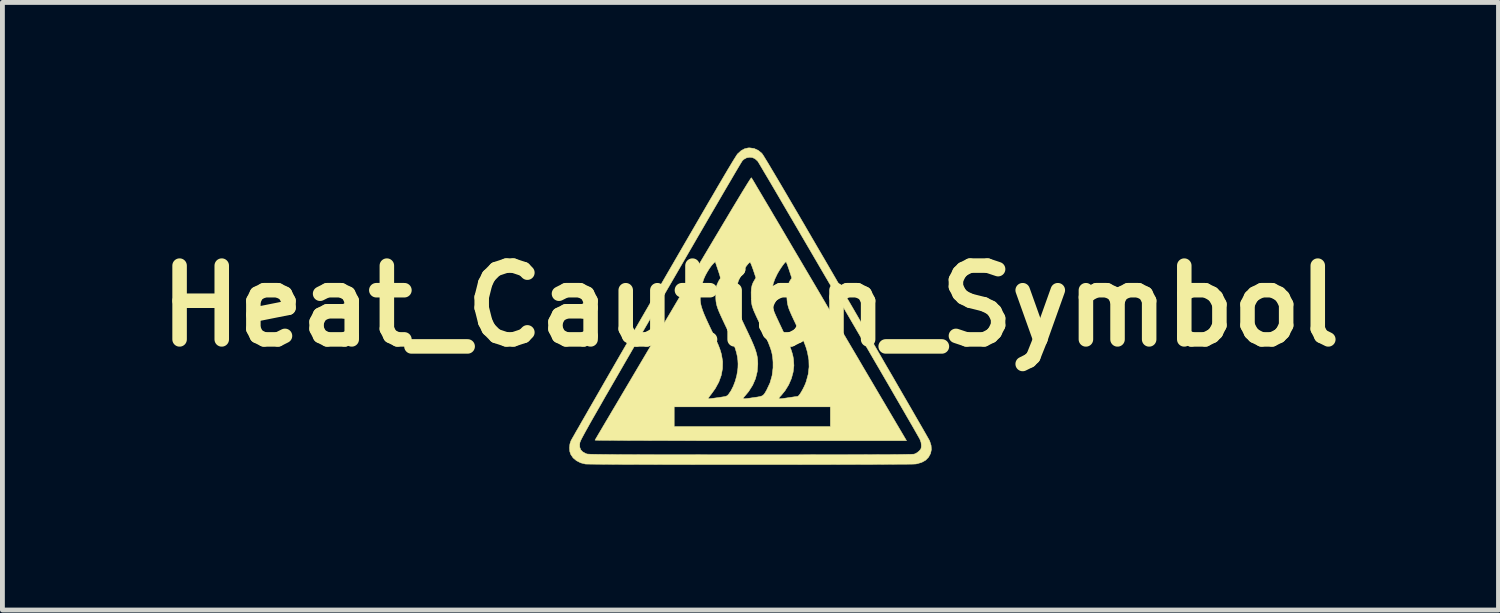
<source format=kicad_pcb>
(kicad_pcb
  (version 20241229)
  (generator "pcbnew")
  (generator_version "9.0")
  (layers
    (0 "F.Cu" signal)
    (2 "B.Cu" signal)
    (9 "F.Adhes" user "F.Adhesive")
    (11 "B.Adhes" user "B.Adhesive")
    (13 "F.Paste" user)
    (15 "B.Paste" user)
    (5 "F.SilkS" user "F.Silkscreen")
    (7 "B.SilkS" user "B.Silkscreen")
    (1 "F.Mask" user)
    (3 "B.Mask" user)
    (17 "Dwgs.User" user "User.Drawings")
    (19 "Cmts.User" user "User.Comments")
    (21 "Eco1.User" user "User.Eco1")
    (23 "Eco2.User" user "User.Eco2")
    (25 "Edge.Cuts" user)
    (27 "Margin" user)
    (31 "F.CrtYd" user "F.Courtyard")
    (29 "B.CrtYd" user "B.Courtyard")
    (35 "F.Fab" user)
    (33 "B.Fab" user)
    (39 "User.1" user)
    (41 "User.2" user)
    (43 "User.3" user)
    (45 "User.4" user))
  (footprint "Heat_Caution_Symbol"
    (layer "F.Cu")
    (at 12.453 3.272)
    (property "Reference" "Heat_Caution_Symbol" (at 0 0 0) (layer "F.SilkS") (effects (font (size 1.524 1.524) (thickness 0.3))))
    (attr through_hole)
    (fp_poly (pts (xy 0.077 -3.254) (xy 0.16 -3.216) (xy 0.233 -3.157) (xy 0.244 -3.143) (xy 0.263 -3.115) (xy 0.29 -3.071) (xy 0.327 -3.011) (xy 0.373 -2.936) (xy 0.428 -2.843) (xy 0.493 -2.734) (xy 0.568 -2.608) (xy 0.653 -2.464) (xy 0.748 -2.302) (xy 0.854 -2.121) (xy 0.971 -1.922) (xy 1.099 -1.703) (xy 1.238 -1.464) (xy 1.389 -1.205) (xy 1.552 -0.926) (xy 1.727 -0.625) (xy 1.914 -0.303) (xy 1.986 -0.179) (xy 2.133 0.073) (xy 2.276 0.32) (xy 2.415 0.56) (xy 2.551 0.793) (xy 2.681 1.018) (xy 2.806 1.234) (xy 2.926 1.439) (xy 3.038 1.634) (xy 3.144 1.817) (xy 3.242 1.986) (xy 3.333 2.143) (xy 3.414 2.284) (xy 3.487 2.41) (xy 3.55 2.519) (xy 3.603 2.611) (xy 3.645 2.685) (xy 3.676 2.739) (xy 3.695 2.773) (xy 3.702 2.786) (xy 3.732 2.88) (xy 3.738 2.966) (xy 3.721 3.046) (xy 3.68 3.122) (xy 3.677 3.126) (xy 3.619 3.185) (xy 3.54 3.229) (xy 3.444 3.258) (xy 3.416 3.263) (xy 3.396 3.264) (xy 3.353 3.266) (xy 3.286 3.267) (xy 3.197 3.268) (xy 3.089 3.268) (xy 2.961 3.269) (xy 2.816 3.27) (xy 2.655 3.271) (xy 2.478 3.272) (xy 2.288 3.272) (xy 2.085 3.273) (xy 1.872 3.273) (xy 1.648 3.274) (xy 1.415 3.274) (xy 1.176 3.274) (xy 0.93 3.275) (xy 0.679 3.275) (xy 0.426 3.275) (xy 0.17 3.275) (xy -0.087 3.275) (xy -0.344 3.275) (xy -0.598 3.275) (xy -0.85 3.275) (xy -1.097 3.275) (xy -1.339 3.274) (xy -1.574 3.274) (xy -1.8 3.274) (xy -2.017 3.273) (xy -2.223 3.273) (xy -2.417 3.272) (xy -2.598 3.272) (xy -2.764 3.271) (xy -2.914 3.27) (xy -3.047 3.269) (xy -3.162 3.268) (xy -3.256 3.267) (xy -3.329 3.266) (xy -3.38 3.265) (xy -3.407 3.264) (xy -3.411 3.264) (xy -3.508 3.239) (xy -3.593 3.196) (xy -3.663 3.137) (xy -3.711 3.067) (xy -3.732 3.005) (xy -3.738 2.931) (xy -3.73 2.854) (xy -3.728 2.846) (xy -3.528 2.846) (xy -3.526 2.916) (xy -3.505 2.971) (xy -3.465 3.013) (xy -3.403 3.047) (xy -3.381 3.055) (xy -3.373 3.057) (xy -3.357 3.059) (xy -3.332 3.06) (xy -3.299 3.062) (xy -3.256 3.063) (xy -3.202 3.064) (xy -3.136 3.065) (xy -3.058 3.066) (xy -2.967 3.067) (xy -2.862 3.068) (xy -2.742 3.069) (xy -2.606 3.07) (xy -2.453 3.07) (xy -2.284 3.071) (xy -2.095 3.071) (xy -1.888 3.072) (xy -1.661 3.072) (xy -1.413 3.072) (xy -1.143 3.072) (xy -0.851 3.073) (xy -0.536 3.073) (xy -0.197 3.073) (xy 0 3.073) (xy 0.377 3.073) (xy 0.729 3.073) (xy 1.056 3.073) (xy 1.359 3.072) (xy 1.64 3.072) (xy 1.897 3.072) (xy 2.132 3.071) (xy 2.345 3.071) (xy 2.536 3.07) (xy 2.707 3.069) (xy 2.857 3.069) (xy 2.987 3.068) (xy 3.098 3.067) (xy 3.19 3.065) (xy 3.264 3.064) (xy 3.32 3.063) (xy 3.358 3.061) (xy 3.38 3.06) (xy 3.384 3.059) (xy 3.425 3.041) (xy 3.467 3.011) (xy 3.483 2.997) (xy 3.511 2.967) (xy 3.525 2.94) (xy 3.53 2.907) (xy 3.531 2.879) (xy 3.525 2.82) (xy 3.506 2.765) (xy 3.495 2.741) (xy 3.479 2.713) (xy 3.451 2.664) (xy 3.413 2.597) (xy 3.364 2.511) (xy 3.305 2.409) (xy 3.237 2.292) (xy 3.161 2.16) (xy 3.077 2.015) (xy 2.985 1.857) (xy 2.888 1.688) (xy 2.784 1.51) (xy 2.675 1.322) (xy 2.561 1.127) (xy 2.444 0.925) (xy 2.323 0.718) (xy 2.2 0.507) (xy 2.075 0.292) (xy 1.948 0.075) (xy 1.821 -0.143) (xy 1.694 -0.361) (xy 1.567 -0.578) (xy 1.442 -0.792) (xy 1.319 -1.003) (xy 1.198 -1.21) (xy 1.081 -1.41) (xy 0.968 -1.604) (xy 0.859 -1.79) (xy 0.755 -1.967) (xy 0.658 -2.133) (xy 0.567 -2.289) (xy 0.483 -2.432) (xy 0.407 -2.561) (xy 0.339 -2.676) (xy 0.28 -2.775) (xy 0.232 -2.857) (xy 0.194 -2.921) (xy 0.167 -2.966) (xy 0.151 -2.991) (xy 0.148 -2.995) (xy 0.095 -3.042) (xy 0.042 -3.067) (xy -0.013 -3.073) (xy -0.077 -3.063) (xy -0.134 -3.032) (xy -0.167 -3.002) (xy -0.176 -2.987) (xy -0.198 -2.952) (xy -0.231 -2.897) (xy -0.275 -2.823) (xy -0.33 -2.73) (xy -0.394 -2.62) (xy -0.469 -2.493) (xy -0.552 -2.351) (xy -0.643 -2.195) (xy -0.742 -2.025) (xy -0.849 -1.842) (xy -0.962 -1.647) (xy -1.082 -1.441) (xy -1.207 -1.225) (xy -1.337 -1.001) (xy -1.472 -0.768) (xy -1.611 -0.528) (xy -1.754 -0.282) (xy -1.862 -0.095) (xy -2.034 0.202) (xy -2.194 0.478) (xy -2.342 0.734) (xy -2.478 0.97) (xy -2.604 1.187) (xy -2.719 1.387) (xy -2.824 1.569) (xy -2.92 1.735) (xy -3.007 1.885) (xy -3.084 2.021) (xy -3.154 2.143) (xy -3.216 2.251) (xy -3.271 2.347) (xy -3.319 2.432) (xy -3.36 2.506) (xy -3.396 2.57) (xy -3.426 2.625) (xy -3.451 2.671) (xy -3.472 2.71) (xy -3.489 2.743) (xy -3.502 2.769) (xy -3.511 2.79) (xy -3.518 2.807) (xy -3.523 2.821) (xy -3.526 2.832) (xy -3.528 2.84) (xy -3.528 2.846) (xy -3.728 2.846) (xy -3.71 2.789) (xy -3.702 2.773) (xy -3.681 2.735) (xy -3.648 2.678) (xy -3.605 2.601) (xy -3.55 2.507) (xy -3.486 2.394) (xy -3.412 2.266) (xy -3.33 2.122) (xy -3.238 1.963) (xy -3.139 1.791) (xy -3.033 1.606) (xy -2.92 1.41) (xy -2.8 1.202) (xy -2.675 0.985) (xy -2.544 0.759) (xy -2.409 0.525) (xy -2.269 0.283) (xy -2.126 0.036) (xy -2.004 -0.176) (xy -1.82 -0.494) (xy -1.648 -0.791) (xy -1.488 -1.067) (xy -1.34 -1.322) (xy -1.203 -1.558) (xy -1.077 -1.775) (xy -0.962 -1.973) (xy -0.857 -2.154) (xy -0.761 -2.317) (xy -0.676 -2.464) (xy -0.599 -2.594) (xy -0.531 -2.71) (xy -0.472 -2.81) (xy -0.42 -2.896) (xy -0.377 -2.968) (xy -0.34 -3.028) (xy -0.311 -3.074) (xy -0.289 -3.109) (xy -0.273 -3.133) (xy -0.263 -3.146) (xy -0.262 -3.146) (xy -0.193 -3.209) (xy -0.122 -3.248) (xy -0.048 -3.266) (xy -0.014 -3.267) (xy 0.077 -3.254)) (stroke (width 0.01) (type solid)) (fill yes) (layer "F.SilkS"))
    (fp_poly (pts (xy 0.028 -2.638) (xy 0.048 -2.605) (xy 0.08 -2.552) (xy 0.122 -2.48) (xy 0.175 -2.391) (xy 0.238 -2.285) (xy 0.31 -2.163) (xy 0.391 -2.027) (xy 0.479 -1.877) (xy 0.575 -1.715) (xy 0.678 -1.541) (xy 0.786 -1.357) (xy 0.9 -1.163) (xy 1.019 -0.962) (xy 1.142 -0.753) (xy 1.269 -0.538) (xy 1.324 -0.445) (xy 1.457 -0.219) (xy 1.589 0.006) (xy 1.72 0.228) (xy 1.849 0.447) (xy 1.974 0.66) (xy 2.096 0.867) (xy 2.213 1.065) (xy 2.324 1.255) (xy 2.429 1.433) (xy 2.527 1.599) (xy 2.617 1.752) (xy 2.698 1.89) (xy 2.77 2.011) (xy 2.831 2.115) (xy 2.881 2.2) (xy 2.919 2.264) (xy 2.919 2.264) (xy 3.224 2.781) (xy 0.004 2.781) (xy -0.284 2.781) (xy -0.564 2.781) (xy -0.837 2.781) (xy -1.099 2.781) (xy -1.352 2.78) (xy -1.593 2.78) (xy -1.821 2.779) (xy -2.036 2.779) (xy -2.236 2.778) (xy -2.421 2.778) (xy -2.588 2.777) (xy -2.739 2.776) (xy -2.87 2.775) (xy -2.982 2.774) (xy -3.072 2.774) (xy -3.141 2.773) (xy -3.187 2.772) (xy -3.209 2.771) (xy -3.211 2.77) (xy -3.204 2.759) (xy -3.185 2.726) (xy -3.154 2.673) (xy -3.112 2.602) (xy -3.059 2.512) (xy -2.996 2.405) (xy -2.923 2.282) (xy -2.841 2.143) (xy -2.805 2.083) (xy -1.575 2.083) (xy -1.575 2.489) (xy 1.651 2.489) (xy 1.651 2.083) (xy -1.575 2.083) (xy -2.805 2.083) (xy -2.75 1.99) (xy -2.652 1.824) (xy -2.546 1.645) (xy -2.433 1.454) (xy -2.314 1.253) (xy -2.189 1.042) (xy -2.059 0.822) (xy -1.924 0.595) (xy -1.786 0.36) (xy -1.643 0.12) (xy -1.6 0.047) (xy -1.444 -0.217) (xy -1.037 -0.217) (xy -1.037 -0.124) (xy -1.031 -0.073) (xy -1.022 -0.02) (xy -1.006 0.036) (xy -0.985 0.099) (xy -0.956 0.173) (xy -0.918 0.26) (xy -0.87 0.364) (xy -0.82 0.47) (xy -0.768 0.578) (xy -0.727 0.666) (xy -0.694 0.738) (xy -0.667 0.798) (xy -0.647 0.849) (xy -0.63 0.894) (xy -0.617 0.936) (xy -0.604 0.98) (xy -0.597 1.009) (xy -0.574 1.148) (xy -0.577 1.29) (xy -0.603 1.431) (xy -0.653 1.57) (xy -0.727 1.705) (xy -0.805 1.814) (xy -0.838 1.856) (xy -0.862 1.89) (xy -0.874 1.912) (xy -0.873 1.918) (xy -0.855 1.916) (xy -0.816 1.911) (xy -0.763 1.905) (xy -0.699 1.896) (xy -0.672 1.893) (xy -0.601 1.882) (xy -0.55 1.874) (xy -0.514 1.867) (xy -0.491 1.858) (xy -0.474 1.848) (xy -0.46 1.833) (xy -0.454 1.827) (xy -0.402 1.751) (xy -0.354 1.657) (xy -0.313 1.549) (xy -0.282 1.435) (xy -0.263 1.321) (xy -0.258 1.27) (xy -0.256 1.194) (xy -0.26 1.121) (xy -0.27 1.045) (xy -0.287 0.966) (xy -0.313 0.879) (xy -0.348 0.783) (xy -0.393 0.673) (xy -0.448 0.548) (xy -0.516 0.404) (xy -0.521 0.394) (xy -0.573 0.284) (xy -0.615 0.193) (xy -0.648 0.118) (xy -0.673 0.055) (xy -0.691 0.001) (xy -0.703 -0.047) (xy -0.711 -0.094) (xy -0.715 -0.142) (xy -0.716 -0.174) (xy -0.305 -0.174) (xy -0.304 -0.12) (xy -0.301 -0.071) (xy -0.294 -0.024) (xy -0.282 0.026) (xy -0.265 0.08) (xy -0.24 0.143) (xy -0.208 0.218) (xy -0.167 0.307) (xy -0.116 0.415) (xy -0.096 0.457) (xy -0.034 0.587) (xy 0.017 0.697) (xy 0.058 0.791) (xy 0.09 0.871) (xy 0.114 0.942) (xy 0.131 1.004) (xy 0.143 1.063) (xy 0.149 1.12) (xy 0.152 1.178) (xy 0.152 1.206) (xy 0.14 1.357) (xy 0.105 1.499) (xy 0.046 1.635) (xy -0.037 1.766) (xy -0.108 1.851) (xy -0.131 1.877) (xy -0.146 1.896) (xy -0.151 1.909) (xy -0.142 1.915) (xy -0.118 1.916) (xy -0.075 1.911) (xy -0.012 1.903) (xy 0.066 1.891) (xy 0.139 1.881) (xy 0.193 1.871) (xy 0.232 1.86) (xy 0.26 1.844) (xy 0.283 1.821) (xy 0.305 1.788) (xy 0.332 1.741) (xy 0.337 1.732) (xy 0.404 1.589) (xy 0.447 1.438) (xy 0.467 1.277) (xy 0.467 1.16) (xy 0.463 1.103) (xy 0.457 1.05) (xy 0.449 0.998) (xy 0.437 0.945) (xy 0.42 0.888) (xy 0.397 0.825) (xy 0.368 0.751) (xy 0.332 0.666) (xy 0.287 0.566) (xy 0.233 0.449) (xy 0.168 0.311) (xy 0.124 0.218) (xy 0.09 0.143) (xy 0.064 0.083) (xy 0.046 0.032) (xy 0.033 -0.012) (xy 0.025 -0.055) (xy 0.02 -0.101) (xy 0.017 -0.154) (xy 0.016 -0.184) (xy 0.438 -0.184) (xy 0.438 -0.132) (xy 0.44 -0.088) (xy 0.443 -0.048) (xy 0.449 -0.009) (xy 0.459 0.031) (xy 0.474 0.077) (xy 0.494 0.13) (xy 0.522 0.195) (xy 0.558 0.273) (xy 0.603 0.369) (xy 0.648 0.464) (xy 0.706 0.587) (xy 0.753 0.691) (xy 0.792 0.779) (xy 0.822 0.854) (xy 0.845 0.918) (xy 0.863 0.976) (xy 0.877 1.03) (xy 0.887 1.084) (xy 0.89 1.103) (xy 0.898 1.232) (xy 0.882 1.365) (xy 0.846 1.498) (xy 0.79 1.627) (xy 0.715 1.749) (xy 0.64 1.841) (xy 0.611 1.872) (xy 0.593 1.894) (xy 0.587 1.908) (xy 0.595 1.915) (xy 0.62 1.916) (xy 0.664 1.911) (xy 0.729 1.902) (xy 0.794 1.892) (xy 0.857 1.883) (xy 0.911 1.875) (xy 0.952 1.87) (xy 0.974 1.867) (xy 0.975 1.867) (xy 0.993 1.856) (xy 1.018 1.826) (xy 1.047 1.781) (xy 1.078 1.727) (xy 1.108 1.668) (xy 1.135 1.608) (xy 1.153 1.559) (xy 1.194 1.407) (xy 1.211 1.259) (xy 1.207 1.113) (xy 1.179 0.961) (xy 1.164 0.906) (xy 1.147 0.85) (xy 1.125 0.79) (xy 1.098 0.722) (xy 1.064 0.643) (xy 1.021 0.55) (xy 0.969 0.439) (xy 0.947 0.394) (xy 0.896 0.286) (xy 0.855 0.198) (xy 0.823 0.125) (xy 0.798 0.065) (xy 0.781 0.013) (xy 0.769 -0.034) (xy 0.761 -0.08) (xy 0.756 -0.127) (xy 0.753 -0.18) (xy 0.752 -0.186) (xy 0.75 -0.256) (xy 0.751 -0.308) (xy 0.757 -0.351) (xy 0.767 -0.395) (xy 0.773 -0.416) (xy 0.79 -0.466) (xy 0.81 -0.51) (xy 0.827 -0.539) (xy 0.855 -0.575) (xy 0.8 -0.745) (xy 0.779 -0.806) (xy 0.761 -0.857) (xy 0.746 -0.894) (xy 0.737 -0.913) (xy 0.735 -0.914) (xy 0.72 -0.904) (xy 0.695 -0.877) (xy 0.664 -0.836) (xy 0.63 -0.787) (xy 0.596 -0.734) (xy 0.565 -0.682) (xy 0.553 -0.66) (xy 0.504 -0.557) (xy 0.471 -0.463) (xy 0.45 -0.367) (xy 0.44 -0.262) (xy 0.438 -0.184) (xy 0.016 -0.184) (xy 0.016 -0.193) (xy 0.015 -0.287) (xy 0.02 -0.363) (xy 0.033 -0.426) (xy 0.054 -0.482) (xy 0.084 -0.535) (xy 0.113 -0.582) (xy 0.06 -0.742) (xy 0.039 -0.801) (xy 0.02 -0.851) (xy 0.005 -0.886) (xy -0.005 -0.903) (xy -0.006 -0.904) (xy -0.023 -0.896) (xy -0.049 -0.87) (xy -0.081 -0.83) (xy -0.116 -0.781) (xy -0.151 -0.726) (xy -0.183 -0.67) (xy -0.197 -0.641) (xy -0.254 -0.505) (xy -0.289 -0.368) (xy -0.304 -0.223) (xy -0.305 -0.174) (xy -0.716 -0.174) (xy -0.716 -0.195) (xy -0.716 -0.222) (xy -0.715 -0.293) (xy -0.712 -0.345) (xy -0.706 -0.386) (xy -0.697 -0.423) (xy -0.688 -0.447) (xy -0.668 -0.491) (xy -0.648 -0.53) (xy -0.636 -0.548) (xy -0.627 -0.56) (xy -0.623 -0.573) (xy -0.623 -0.591) (xy -0.629 -0.619) (xy -0.642 -0.661) (xy -0.661 -0.721) (xy -0.67 -0.746) (xy -0.727 -0.916) (xy -0.765 -0.88) (xy -0.804 -0.836) (xy -0.848 -0.775) (xy -0.892 -0.704) (xy -0.932 -0.631) (xy -0.963 -0.562) (xy -0.965 -0.557) (xy -1 -0.447) (xy -1.025 -0.33) (xy -1.037 -0.217) (xy -1.444 -0.217) (xy -1.418 -0.261) (xy -1.248 -0.547) (xy -1.09 -0.813) (xy -0.945 -1.058) (xy -0.811 -1.283) (xy -0.688 -1.489) (xy -0.576 -1.677) (xy -0.475 -1.846) (xy -0.385 -1.997) (xy -0.304 -2.131) (xy -0.233 -2.249) (xy -0.172 -2.35) (xy -0.119 -2.436) (xy -0.076 -2.506) (xy -0.041 -2.562) (xy -0.014 -2.604) (xy 0.005 -2.632) (xy 0.016 -2.647) (xy 0.02 -2.65) (xy 0.028 -2.638)) (stroke (width 0.01) (type solid)) (fill yes) (layer "F.SilkS")))
  (gr_rect
    (start -3 -3)
    (end 27.907 9.552)
    (stroke (width 0.1) (type default))
    (fill no)
    (layer "Edge.Cuts")))
</source>
